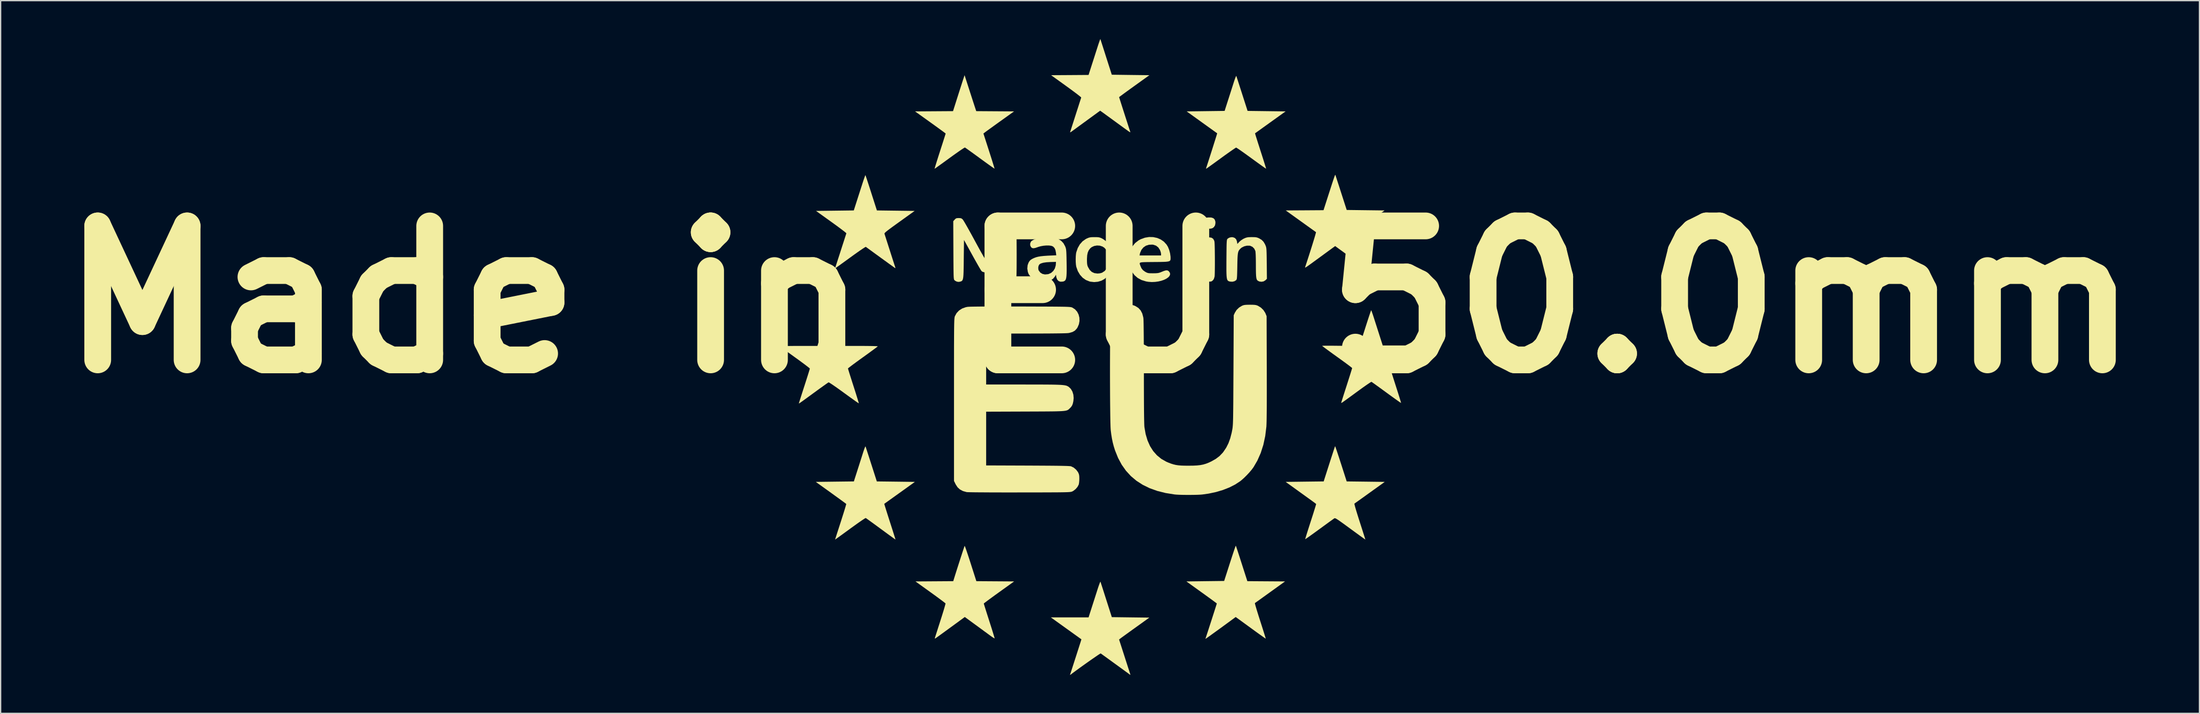
<source format=kicad_pcb>
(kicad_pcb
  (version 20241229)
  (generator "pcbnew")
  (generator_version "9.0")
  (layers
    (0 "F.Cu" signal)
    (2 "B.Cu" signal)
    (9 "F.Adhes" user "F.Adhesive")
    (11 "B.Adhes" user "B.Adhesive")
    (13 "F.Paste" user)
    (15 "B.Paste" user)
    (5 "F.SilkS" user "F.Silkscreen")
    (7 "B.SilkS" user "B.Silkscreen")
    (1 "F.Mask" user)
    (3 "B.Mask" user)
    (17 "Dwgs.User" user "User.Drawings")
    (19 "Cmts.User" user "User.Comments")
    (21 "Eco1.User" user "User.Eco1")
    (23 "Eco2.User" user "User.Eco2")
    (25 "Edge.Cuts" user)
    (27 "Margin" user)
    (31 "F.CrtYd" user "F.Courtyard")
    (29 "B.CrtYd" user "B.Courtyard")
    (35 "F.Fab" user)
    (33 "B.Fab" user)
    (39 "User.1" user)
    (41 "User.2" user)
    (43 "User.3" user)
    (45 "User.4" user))
  (footprint "Made in EU 50.0mm"
    (layer "F.Cu")
    (at 82.857 24.839)
    (property "Reference" "Made in EU 50.0mm" (at 0 -4.5 180) (layer "F.SilkS") (effects (font (size 10.47 10.47) (thickness 2.09))))
    (attr board_only exclude_from_pos_files exclude_from_bom)
    (fp_poly (pts (xy 8.68 -10.892) (xy 8.841 -10.842) (xy 8.947 -10.745) (xy 9.002 -10.597) (xy 9.012 -10.467) (xy 8.981 -10.283) (xy 8.889 -10.139) (xy 8.779 -10.058) (xy 8.654 -10.023) (xy 8.493 -10.015) (xy 8.33 -10.036) (xy 8.232 -10.067) (xy 8.118 -10.154) (xy 8.044 -10.285) (xy 8.012 -10.439) (xy 8.025 -10.597) (xy 8.086 -10.738) (xy 8.134 -10.795) (xy 8.212 -10.849) (xy 8.315 -10.881) (xy 8.462 -10.897)) (stroke (width 0) (type solid)) (fill yes) (layer "F.SilkS"))
    (fp_poly (pts (xy 8.702 -9.314) (xy 8.83 -9.232) (xy 8.911 -9.092) (xy 8.934 -9.005) (xy 8.942 -8.925) (xy 8.949 -8.782) (xy 8.955 -8.587) (xy 8.96 -8.351) (xy 8.963 -8.086) (xy 8.966 -7.804) (xy 8.967 -7.514) (xy 8.967 -7.23) (xy 8.965 -6.961) (xy 8.962 -6.72) (xy 8.958 -6.517) (xy 8.952 -6.364) (xy 8.945 -6.274) (xy 8.887 -6.087) (xy 8.818 -5.99) (xy 8.741 -5.921) (xy 8.658 -5.888) (xy 8.536 -5.88) (xy 8.531 -5.88) (xy 8.369 -5.897) (xy 8.253 -5.954) (xy 8.249 -5.956) (xy 8.174 -6.045) (xy 8.118 -6.159) (xy 8.114 -6.17) (xy 8.104 -6.246) (xy 8.095 -6.385) (xy 8.088 -6.577) (xy 8.083 -6.811) (xy 8.079 -7.076) (xy 8.077 -7.36) (xy 8.076 -7.655) (xy 8.077 -7.947) (xy 8.08 -8.227) (xy 8.084 -8.484) (xy 8.09 -8.706) (xy 8.098 -8.883) (xy 8.107 -9.005) (xy 8.114 -9.051) (xy 8.189 -9.204) (xy 8.311 -9.3) (xy 8.482 -9.34) (xy 8.525 -9.341)) (stroke (width 0) (type solid)) (fill yes) (layer "F.SilkS"))
    (fp_poly (pts (xy 18.377 -14.221) (xy 18.379 -14.216) (xy 18.394 -14.169) (xy 18.43 -14.059) (xy 18.483 -13.895) (xy 18.551 -13.684) (xy 18.632 -13.436) (xy 18.722 -13.157) (xy 18.819 -12.855) (xy 18.83 -12.821) (xy 19.262 -11.481) (xy 20.742 -11.462) (xy 22.221 -11.444) (xy 21.029 -10.589) (xy 20.766 -10.401) (xy 20.524 -10.226) (xy 20.308 -10.069) (xy 20.126 -9.935) (xy 19.982 -9.829) (xy 19.884 -9.755) (xy 19.839 -9.718) (xy 19.837 -9.715) (xy 19.848 -9.676) (xy 19.88 -9.574) (xy 19.929 -9.417) (xy 19.995 -9.213) (xy 20.073 -8.969) (xy 20.162 -8.694) (xy 20.259 -8.394) (xy 20.278 -8.336) (xy 20.375 -8.033) (xy 20.465 -7.753) (xy 20.544 -7.504) (xy 20.611 -7.293) (xy 20.662 -7.128) (xy 20.695 -7.017) (xy 20.708 -6.967) (xy 20.708 -6.966) (xy 20.677 -6.984) (xy 20.592 -7.042) (xy 20.461 -7.135) (xy 20.288 -7.257) (xy 20.082 -7.405) (xy 19.849 -7.574) (xy 19.594 -7.759) (xy 19.529 -7.807) (xy 18.36 -8.66) (xy 17.246 -7.845) (xy 16.938 -7.62) (xy 16.685 -7.435) (xy 16.482 -7.287) (xy 16.323 -7.173) (xy 16.203 -7.088) (xy 16.118 -7.031) (xy 16.061 -6.996) (xy 16.027 -6.981) (xy 16.012 -6.981) (xy 16.011 -6.995) (xy 16.017 -7.017) (xy 16.018 -7.021) (xy 16.138 -7.386) (xy 16.256 -7.748) (xy 16.369 -8.1) (xy 16.476 -8.436) (xy 16.574 -8.749) (xy 16.661 -9.032) (xy 16.736 -9.277) (xy 16.795 -9.479) (xy 16.837 -9.629) (xy 16.86 -9.721) (xy 16.863 -9.749) (xy 16.827 -9.774) (xy 16.737 -9.839) (xy 16.601 -9.936) (xy 16.424 -10.063) (xy 16.213 -10.214) (xy 15.976 -10.384) (xy 15.719 -10.569) (xy 15.667 -10.606) (xy 14.5 -11.444) (xy 15.975 -11.453) (xy 17.451 -11.463) (xy 17.771 -12.458) (xy 17.902 -12.865) (xy 18.012 -13.206) (xy 18.103 -13.487) (xy 18.177 -13.713) (xy 18.237 -13.891) (xy 18.282 -14.024) (xy 18.317 -14.119) (xy 18.341 -14.18) (xy 18.358 -14.214) (xy 18.37 -14.226)) (stroke (width 0) (type solid)) (fill yes) (layer "F.SilkS"))
    (fp_poly (pts (xy 0.047 17.614) (xy 0.082 17.724) (xy 0.135 17.888) (xy 0.203 18.098) (xy 0.283 18.347) (xy 0.372 18.627) (xy 0.469 18.93) (xy 0.485 18.98) (xy 0.919 20.338) (xy 2.383 20.357) (xy 3.848 20.375) (xy 2.752 21.162) (xy 2.497 21.345) (xy 2.258 21.517) (xy 2.043 21.673) (xy 1.859 21.806) (xy 1.714 21.911) (xy 1.615 21.984) (xy 1.571 22.018) (xy 1.486 22.087) (xy 1.917 23.427) (xy 2.014 23.73) (xy 2.105 24.011) (xy 2.186 24.264) (xy 2.256 24.478) (xy 2.31 24.648) (xy 2.347 24.763) (xy 2.365 24.817) (xy 2.366 24.818) (xy 2.366 24.85) (xy 2.336 24.834) (xy 2.284 24.795) (xy 2.182 24.72) (xy 2.039 24.615) (xy 1.862 24.486) (xy 1.66 24.339) (xy 1.441 24.18) (xy 1.214 24.015) (xy 0.985 23.849) (xy 0.765 23.689) (xy 0.56 23.54) (xy 0.378 23.409) (xy 0.229 23.301) (xy 0.12 23.223) (xy 0.06 23.18) (xy 0.05 23.173) (xy 0.014 23.19) (xy -0.074 23.245) (xy -0.207 23.333) (xy -0.376 23.449) (xy -0.575 23.586) (xy -0.795 23.739) (xy -1.028 23.904) (xy -1.267 24.074) (xy -1.503 24.243) (xy -1.73 24.407) (xy -1.938 24.56) (xy -2.122 24.696) (xy -2.271 24.81) (xy -2.305 24.836) (xy -2.343 24.858) (xy -2.338 24.823) (xy -2.338 24.822) (xy -2.322 24.774) (xy -2.286 24.664) (xy -2.234 24.503) (xy -2.169 24.301) (xy -2.094 24.068) (xy -2.012 23.814) (xy -1.927 23.549) (xy -1.841 23.283) (xy -1.759 23.026) (xy -1.682 22.787) (xy -1.615 22.577) (xy -1.56 22.406) (xy -1.521 22.284) (xy -1.504 22.228) (xy -1.456 22.072) (xy -2.65 21.214) (xy -3.843 20.357) (xy -2.37 20.357) (xy -0.897 20.357) (xy -0.632 19.529) (xy -0.541 19.246) (xy -0.444 18.944) (xy -0.348 18.644) (xy -0.259 18.367) (xy -0.186 18.137) (xy -0.176 18.107) (xy -0.113 17.916) (xy -0.056 17.756) (xy -0.01 17.639) (xy 0.021 17.575) (xy 0.032 17.568)) (stroke (width 0) (type solid)) (fill yes) (layer "F.SilkS"))
    (fp_poly (pts (xy -10.274 -21.064) (xy -10.183 -20.781) (xy -10.09 -20.493) (xy -10.001 -20.217) (xy -9.921 -19.97) (xy -9.854 -19.765) (xy -9.82 -19.659) (xy -9.67 -19.204) (xy -8.194 -19.194) (xy -6.717 -19.184) (xy -7.778 -18.424) (xy -8.032 -18.242) (xy -8.272 -18.069) (xy -8.489 -17.912) (xy -8.677 -17.776) (xy -8.827 -17.668) (xy -8.93 -17.592) (xy -8.973 -17.559) (xy -9.108 -17.455) (xy -8.668 -16.088) (xy -8.571 -15.784) (xy -8.481 -15.503) (xy -8.403 -15.253) (xy -8.337 -15.041) (xy -8.286 -14.875) (xy -8.253 -14.762) (xy -8.24 -14.711) (xy -8.24 -14.709) (xy -8.272 -14.727) (xy -8.357 -14.785) (xy -8.489 -14.877) (xy -8.661 -15) (xy -8.866 -15.147) (xy -9.098 -15.315) (xy -9.35 -15.499) (xy -9.38 -15.52) (xy -9.635 -15.707) (xy -9.873 -15.88) (xy -10.086 -16.034) (xy -10.268 -16.164) (xy -10.41 -16.265) (xy -10.508 -16.333) (xy -10.552 -16.362) (xy -10.553 -16.362) (xy -10.593 -16.345) (xy -10.686 -16.288) (xy -10.824 -16.197) (xy -11.003 -16.075) (xy -11.213 -15.927) (xy -11.45 -15.759) (xy -11.706 -15.574) (xy -11.752 -15.54) (xy -12.009 -15.353) (xy -12.247 -15.18) (xy -12.46 -15.027) (xy -12.64 -14.897) (xy -12.781 -14.796) (xy -12.877 -14.729) (xy -12.92 -14.701) (xy -12.922 -14.7) (xy -12.915 -14.734) (xy -12.887 -14.831) (xy -12.841 -14.984) (xy -12.779 -15.185) (xy -12.704 -15.426) (xy -12.617 -15.7) (xy -12.521 -15.998) (xy -12.499 -16.067) (xy -12.401 -16.372) (xy -12.31 -16.653) (xy -12.23 -16.905) (xy -12.162 -17.118) (xy -12.109 -17.285) (xy -12.074 -17.399) (xy -12.058 -17.451) (xy -12.058 -17.454) (xy -12.087 -17.479) (xy -12.17 -17.542) (xy -12.301 -17.64) (xy -12.474 -17.766) (xy -12.681 -17.917) (xy -12.916 -18.087) (xy -13.173 -18.272) (xy -13.252 -18.328) (xy -14.446 -19.184) (xy -12.963 -19.194) (xy -11.481 -19.204) (xy -11.13 -20.311) (xy -11.038 -20.601) (xy -10.948 -20.883) (xy -10.864 -21.144) (xy -10.79 -21.374) (xy -10.73 -21.559) (xy -10.688 -21.689) (xy -10.679 -21.715) (xy -10.58 -22.013)) (stroke (width 0) (type solid)) (fill yes) (layer "F.SilkS"))
    (fp_poly (pts (xy -10.558 14.795) (xy -10.522 14.887) (xy -10.468 15.035) (xy -10.401 15.232) (xy -10.321 15.47) (xy -10.231 15.743) (xy -10.134 16.042) (xy -10.105 16.134) (xy -9.66 17.527) (xy -8.185 17.537) (xy -6.711 17.547) (xy -7.896 18.398) (xy -8.157 18.586) (xy -8.398 18.761) (xy -8.613 18.918) (xy -8.795 19.053) (xy -8.937 19.16) (xy -9.034 19.234) (xy -9.078 19.272) (xy -9.08 19.275) (xy -9.069 19.315) (xy -9.038 19.418) (xy -8.989 19.576) (xy -8.924 19.781) (xy -8.847 20.025) (xy -8.759 20.301) (xy -8.663 20.6) (xy -8.652 20.636) (xy -8.556 20.937) (xy -8.467 21.215) (xy -8.39 21.464) (xy -8.325 21.674) (xy -8.276 21.838) (xy -8.244 21.949) (xy -8.233 21.997) (xy -8.233 21.998) (xy -8.265 21.989) (xy -8.343 21.942) (xy -8.456 21.867) (xy -8.559 21.793) (xy -8.676 21.707) (xy -8.841 21.586) (xy -9.042 21.439) (xy -9.268 21.273) (xy -9.505 21.099) (xy -9.719 20.943) (xy -10.562 20.326) (xy -11.579 21.071) (xy -11.829 21.253) (xy -12.066 21.426) (xy -12.282 21.583) (xy -12.469 21.719) (xy -12.618 21.827) (xy -12.721 21.901) (xy -12.759 21.928) (xy -12.853 21.991) (xy -12.898 22.014) (xy -12.907 21.999) (xy -12.895 21.952) (xy -12.878 21.897) (xy -12.841 21.78) (xy -12.786 21.609) (xy -12.717 21.393) (xy -12.637 21.141) (xy -12.547 20.862) (xy -12.46 20.588) (xy -12.366 20.293) (xy -12.281 20.02) (xy -12.206 19.777) (xy -12.146 19.571) (xy -12.101 19.412) (xy -12.074 19.308) (xy -12.068 19.267) (xy -12.101 19.236) (xy -12.189 19.167) (xy -12.323 19.064) (xy -12.498 18.933) (xy -12.707 18.779) (xy -12.943 18.606) (xy -13.2 18.421) (xy -13.251 18.384) (xy -14.415 17.547) (xy -12.94 17.537) (xy -11.465 17.527) (xy -11.393 17.295) (xy -11.32 17.06) (xy -11.238 16.8) (xy -11.15 16.523) (xy -11.059 16.238) (xy -10.968 15.955) (xy -10.88 15.682) (xy -10.797 15.429) (xy -10.724 15.204) (xy -10.661 15.016) (xy -10.614 14.875) (xy -10.583 14.789) (xy -10.574 14.767)) (stroke (width 0) (type solid)) (fill yes) (layer "F.SilkS"))
    (fp_poly (pts (xy 4.153 -9.36) (xy 4.458 -9.295) (xy 4.739 -9.175) (xy 4.986 -9.003) (xy 5.19 -8.781) (xy 5.301 -8.601) (xy 5.397 -8.364) (xy 5.468 -8.097) (xy 5.504 -7.837) (xy 5.507 -7.756) (xy 5.507 -7.668) (xy 5.501 -7.597) (xy 5.482 -7.542) (xy 5.442 -7.499) (xy 5.375 -7.468) (xy 5.272 -7.447) (xy 5.128 -7.432) (xy 4.933 -7.424) (xy 4.682 -7.418) (xy 4.367 -7.415) (xy 4.22 -7.414) (xy 3.893 -7.411) (xy 3.634 -7.408) (xy 3.434 -7.403) (xy 3.288 -7.395) (xy 3.188 -7.381) (xy 3.128 -7.359) (xy 3.099 -7.328) (xy 3.096 -7.285) (xy 3.11 -7.229) (xy 3.136 -7.158) (xy 3.148 -7.122) (xy 3.233 -6.926) (xy 3.345 -6.782) (xy 3.505 -6.663) (xy 3.549 -6.637) (xy 3.639 -6.59) (xy 3.719 -6.56) (xy 3.809 -6.542) (xy 3.928 -6.535) (xy 4.096 -6.533) (xy 4.149 -6.533) (xy 4.341 -6.536) (xy 4.481 -6.546) (xy 4.593 -6.565) (xy 4.698 -6.598) (xy 4.801 -6.64) (xy 4.992 -6.717) (xy 5.132 -6.757) (xy 5.236 -6.762) (xy 5.317 -6.733) (xy 5.375 -6.686) (xy 5.457 -6.567) (xy 5.472 -6.447) (xy 5.427 -6.33) (xy 5.329 -6.218) (xy 5.185 -6.116) (xy 5.004 -6.025) (xy 4.791 -5.95) (xy 4.555 -5.894) (xy 4.302 -5.859) (xy 4.039 -5.848) (xy 3.775 -5.866) (xy 3.588 -5.898) (xy 3.237 -6.007) (xy 2.937 -6.17) (xy 2.69 -6.384) (xy 2.497 -6.647) (xy 2.361 -6.956) (xy 2.284 -7.309) (xy 2.265 -7.61) (xy 2.289 -7.927) (xy 3.083 -7.927) (xy 3.923 -7.927) (xy 4.764 -7.927) (xy 4.763 -8.048) (xy 4.747 -8.151) (xy 4.706 -8.282) (xy 4.673 -8.362) (xy 4.546 -8.556) (xy 4.374 -8.691) (xy 4.161 -8.764) (xy 4.082 -8.774) (xy 3.815 -8.763) (xy 3.579 -8.687) (xy 3.381 -8.55) (xy 3.227 -8.359) (xy 3.125 -8.119) (xy 3.108 -8.048) (xy 3.083 -7.927) (xy 2.289 -7.927) (xy 2.295 -7.998) (xy 2.383 -8.342) (xy 2.531 -8.64) (xy 2.736 -8.892) (xy 2.998 -9.098) (xy 3.186 -9.2) (xy 3.507 -9.315) (xy 3.833 -9.368)) (stroke (width 0) (type solid)) (fill yes) (layer "F.SilkS"))
    (fp_poly (pts (xy 10.607 14.769) (xy 10.622 14.807) (xy 10.645 14.873) (xy 10.678 14.972) (xy 10.724 15.109) (xy 10.783 15.29) (xy 10.858 15.52) (xy 10.95 15.805) (xy 11.06 16.148) (xy 11.191 16.557) (xy 11.219 16.644) (xy 11.503 17.527) (xy 12.974 17.537) (xy 14.446 17.547) (xy 13.283 18.384) (xy 13.023 18.571) (xy 12.782 18.745) (xy 12.567 18.9) (xy 12.383 19.032) (xy 12.239 19.135) (xy 12.14 19.206) (xy 12.093 19.239) (xy 12.091 19.241) (xy 12.096 19.279) (xy 12.121 19.381) (xy 12.166 19.538) (xy 12.226 19.742) (xy 12.301 19.986) (xy 12.387 20.262) (xy 12.483 20.562) (xy 12.506 20.634) (xy 12.604 20.939) (xy 12.694 21.22) (xy 12.773 21.471) (xy 12.84 21.684) (xy 12.891 21.851) (xy 12.925 21.964) (xy 12.939 22.016) (xy 12.939 22.019) (xy 12.907 22) (xy 12.822 21.942) (xy 12.69 21.849) (xy 12.518 21.726) (xy 12.312 21.578) (xy 12.078 21.409) (xy 11.824 21.224) (xy 11.761 21.178) (xy 10.593 20.327) (xy 10.404 20.466) (xy 10.156 20.649) (xy 9.897 20.838) (xy 9.635 21.03) (xy 9.376 21.219) (xy 9.127 21.4) (xy 8.895 21.567) (xy 8.688 21.716) (xy 8.512 21.843) (xy 8.375 21.94) (xy 8.282 22.005) (xy 8.242 22.031) (xy 8.241 22.031) (xy 8.234 22.009) (xy 8.237 22.003) (xy 8.251 21.964) (xy 8.285 21.863) (xy 8.335 21.71) (xy 8.399 21.515) (xy 8.473 21.287) (xy 8.554 21.035) (xy 8.64 20.77) (xy 8.727 20.5) (xy 8.812 20.234) (xy 8.893 19.983) (xy 8.966 19.755) (xy 9.028 19.56) (xy 9.076 19.408) (xy 9.107 19.308) (xy 9.118 19.269) (xy 9.118 19.269) (xy 9.089 19.245) (xy 9.005 19.182) (xy 8.874 19.085) (xy 8.703 18.959) (xy 8.496 18.809) (xy 8.261 18.639) (xy 8.005 18.454) (xy 7.93 18.401) (xy 6.743 17.547) (xy 8.217 17.528) (xy 9.692 17.51) (xy 10.137 16.124) (xy 10.236 15.819) (xy 10.327 15.538) (xy 10.41 15.289) (xy 10.481 15.078) (xy 10.537 14.915) (xy 10.577 14.805) (xy 10.597 14.756) (xy 10.599 14.755)) (stroke (width 0) (type solid)) (fill yes) (layer "F.SilkS"))
    (fp_poly (pts (xy 0.038 -24.797) (xy 0.072 -24.692) (xy 0.123 -24.531) (xy 0.19 -24.324) (xy 0.269 -24.077) (xy 0.358 -23.798) (xy 0.454 -23.496) (xy 0.476 -23.427) (xy 0.917 -22.05) (xy 2.384 -22.031) (xy 3.852 -22.013) (xy 2.67 -21.164) (xy 2.409 -20.976) (xy 2.169 -20.802) (xy 1.954 -20.646) (xy 1.773 -20.513) (xy 1.631 -20.408) (xy 1.534 -20.336) (xy 1.491 -20.301) (xy 1.489 -20.298) (xy 1.5 -20.262) (xy 1.53 -20.164) (xy 1.578 -20.013) (xy 1.639 -19.82) (xy 1.711 -19.594) (xy 1.791 -19.344) (xy 1.876 -19.08) (xy 1.962 -18.811) (xy 2.048 -18.546) (xy 2.129 -18.295) (xy 2.202 -18.067) (xy 2.265 -17.871) (xy 2.315 -17.718) (xy 2.344 -17.629) (xy 2.356 -17.598) (xy 2.365 -17.572) (xy 2.366 -17.557) (xy 2.354 -17.554) (xy 2.322 -17.569) (xy 2.266 -17.604) (xy 2.18 -17.663) (xy 2.059 -17.75) (xy 1.896 -17.867) (xy 1.687 -18.02) (xy 1.426 -18.21) (xy 1.265 -18.328) (xy 1.018 -18.508) (xy 0.785 -18.678) (xy 0.574 -18.831) (xy 0.395 -18.962) (xy 0.254 -19.064) (xy 0.159 -19.133) (xy 0.125 -19.157) (xy 0.008 -19.239) (xy -0.991 -18.51) (xy -1.24 -18.328) (xy -1.477 -18.155) (xy -1.694 -17.997) (xy -1.883 -17.859) (xy -2.033 -17.749) (xy -2.137 -17.673) (xy -2.172 -17.648) (xy -2.271 -17.577) (xy -2.322 -17.548) (xy -2.337 -17.557) (xy -2.327 -17.601) (xy -2.325 -17.606) (xy -2.309 -17.659) (xy -2.272 -17.772) (xy -2.22 -17.936) (xy -2.154 -18.141) (xy -2.078 -18.377) (xy -1.996 -18.634) (xy -1.91 -18.902) (xy -1.824 -19.171) (xy -1.74 -19.431) (xy -1.662 -19.674) (xy -1.594 -19.887) (xy -1.537 -20.063) (xy -1.496 -20.191) (xy -1.474 -20.26) (xy -1.471 -20.269) (xy -1.497 -20.299) (xy -1.578 -20.367) (xy -1.706 -20.469) (xy -1.876 -20.599) (xy -2.081 -20.753) (xy -2.314 -20.925) (xy -2.57 -21.111) (xy -2.64 -21.162) (xy -3.823 -22.013) (xy -2.36 -22.022) (xy -0.897 -22.032) (xy -0.632 -22.86) (xy -0.541 -23.142) (xy -0.444 -23.444) (xy -0.348 -23.745) (xy -0.259 -24.021) (xy -0.185 -24.252) (xy -0.176 -24.281) (xy -0.113 -24.474) (xy -0.057 -24.636) (xy -0.013 -24.758) (xy 0.016 -24.827) (xy 0.025 -24.839)) (stroke (width 0) (type solid)) (fill yes) (layer "F.SilkS"))
    (fp_poly (pts (xy 18.369 7.007) (xy 18.404 7.101) (xy 18.456 7.251) (xy 18.523 7.45) (xy 18.602 7.689) (xy 18.692 7.962) (xy 18.788 8.262) (xy 18.816 8.346) (xy 19.261 9.732) (xy 20.746 9.75) (xy 22.232 9.769) (xy 21.065 10.606) (xy 20.805 10.793) (xy 20.563 10.967) (xy 20.346 11.123) (xy 20.161 11.255) (xy 20.015 11.359) (xy 19.914 11.431) (xy 19.866 11.465) (xy 19.863 11.467) (xy 19.866 11.507) (xy 19.89 11.612) (xy 19.934 11.775) (xy 19.997 11.99) (xy 20.077 12.252) (xy 20.171 12.553) (xy 20.276 12.881) (xy 20.374 13.187) (xy 20.465 13.47) (xy 20.545 13.722) (xy 20.613 13.936) (xy 20.666 14.104) (xy 20.701 14.219) (xy 20.717 14.273) (xy 20.717 14.276) (xy 20.687 14.255) (xy 20.603 14.196) (xy 20.472 14.102) (xy 20.3 13.978) (xy 20.094 13.828) (xy 19.861 13.658) (xy 19.607 13.472) (xy 19.541 13.424) (xy 19.244 13.207) (xy 19.001 13.03) (xy 18.806 12.89) (xy 18.653 12.783) (xy 18.536 12.705) (xy 18.45 12.652) (xy 18.388 12.621) (xy 18.345 12.607) (xy 18.315 12.608) (xy 18.295 12.617) (xy 18.247 12.649) (xy 18.147 12.721) (xy 18.002 12.825) (xy 17.818 12.958) (xy 17.604 13.114) (xy 17.367 13.287) (xy 17.126 13.463) (xy 16.876 13.645) (xy 16.646 13.812) (xy 16.441 13.958) (xy 16.27 14.08) (xy 16.138 14.172) (xy 16.053 14.229) (xy 16.021 14.247) (xy 16.029 14.21) (xy 16.058 14.109) (xy 16.105 13.954) (xy 16.168 13.751) (xy 16.244 13.508) (xy 16.332 13.234) (xy 16.428 12.935) (xy 16.447 12.876) (xy 16.545 12.572) (xy 16.635 12.292) (xy 16.713 12.041) (xy 16.779 11.829) (xy 16.83 11.662) (xy 16.862 11.549) (xy 16.874 11.498) (xy 16.874 11.495) (xy 16.841 11.467) (xy 16.758 11.403) (xy 16.636 11.313) (xy 16.488 11.204) (xy 16.422 11.157) (xy 16.26 11.041) (xy 16.054 10.892) (xy 15.819 10.723) (xy 15.572 10.545) (xy 15.328 10.369) (xy 15.24 10.305) (xy 14.495 9.769) (xy 15.979 9.75) (xy 17.463 9.732) (xy 17.901 8.362) (xy 17.999 8.057) (xy 18.09 7.775) (xy 18.172 7.524) (xy 18.241 7.311) (xy 18.297 7.144) (xy 18.335 7.03) (xy 18.354 6.978) (xy 18.355 6.976)) (stroke (width 0) (type solid)) (fill yes) (layer "F.SilkS"))
    (fp_poly (pts (xy -18.315 6.996) (xy -18.299 7.043) (xy -18.263 7.153) (xy -18.21 7.318) (xy -18.142 7.528) (xy -18.061 7.777) (xy -17.971 8.056) (xy -17.875 8.357) (xy -17.863 8.392) (xy -17.433 9.732) (xy -15.947 9.75) (xy -14.461 9.769) (xy -15.65 10.622) (xy -15.912 10.81) (xy -16.155 10.984) (xy -16.372 11.139) (xy -16.556 11.271) (xy -16.701 11.375) (xy -16.801 11.447) (xy -16.848 11.481) (xy -16.851 11.483) (xy -16.843 11.519) (xy -16.814 11.618) (xy -16.766 11.773) (xy -16.703 11.976) (xy -16.627 12.218) (xy -16.539 12.494) (xy -16.443 12.795) (xy -16.415 12.88) (xy -16.317 13.186) (xy -16.226 13.469) (xy -16.146 13.721) (xy -16.079 13.935) (xy -16.026 14.103) (xy -15.991 14.218) (xy -15.976 14.271) (xy -15.976 14.274) (xy -16.007 14.254) (xy -16.091 14.195) (xy -16.221 14.101) (xy -16.392 13.977) (xy -16.597 13.828) (xy -16.828 13.658) (xy -17.08 13.473) (xy -17.119 13.445) (xy -17.375 13.257) (xy -17.614 13.082) (xy -17.827 12.927) (xy -18.01 12.795) (xy -18.153 12.692) (xy -18.252 12.622) (xy -18.298 12.592) (xy -18.3 12.591) (xy -18.339 12.608) (xy -18.431 12.664) (xy -18.57 12.756) (xy -18.748 12.878) (xy -18.959 13.026) (xy -19.196 13.196) (xy -19.453 13.381) (xy -19.518 13.429) (xy -19.777 13.618) (xy -20.016 13.792) (xy -20.229 13.946) (xy -20.409 14.076) (xy -20.55 14.178) (xy -20.646 14.245) (xy -20.69 14.275) (xy -20.692 14.276) (xy -20.681 14.239) (xy -20.649 14.139) (xy -20.6 13.984) (xy -20.535 13.781) (xy -20.457 13.538) (xy -20.368 13.263) (xy -20.271 12.963) (xy -20.248 12.892) (xy -20.151 12.586) (xy -20.061 12.303) (xy -19.982 12.051) (xy -19.916 11.836) (xy -19.866 11.666) (xy -19.834 11.55) (xy -19.821 11.495) (xy -19.822 11.492) (xy -19.855 11.465) (xy -19.941 11.4) (xy -20.075 11.301) (xy -20.25 11.173) (xy -20.459 11.021) (xy -20.696 10.85) (xy -20.953 10.664) (xy -21.018 10.617) (xy -22.199 9.769) (xy -20.712 9.75) (xy -19.226 9.732) (xy -18.934 8.82) (xy -18.844 8.539) (xy -18.752 8.25) (xy -18.663 7.971) (xy -18.583 7.719) (xy -18.517 7.511) (xy -18.489 7.424) (xy -18.432 7.254) (xy -18.382 7.118) (xy -18.343 7.027) (xy -18.319 6.993)) (stroke (width 0) (type solid)) (fill yes) (layer "F.SilkS"))
    (fp_poly (pts (xy 10.656 -21.909) (xy 10.691 -21.799) (xy 10.745 -21.635) (xy 10.813 -21.425) (xy 10.893 -21.176) (xy 10.983 -20.897) (xy 11.08 -20.596) (xy 11.091 -20.561) (xy 11.521 -19.222) (xy 13.005 -19.203) (xy 14.489 -19.184) (xy 13.301 -18.332) (xy 13.04 -18.144) (xy 12.797 -17.97) (xy 12.581 -17.814) (xy 12.397 -17.682) (xy 12.252 -17.578) (xy 12.153 -17.507) (xy 12.106 -17.473) (xy 12.103 -17.471) (xy 12.112 -17.435) (xy 12.141 -17.336) (xy 12.188 -17.182) (xy 12.252 -16.98) (xy 12.328 -16.737) (xy 12.416 -16.463) (xy 12.512 -16.163) (xy 12.535 -16.091) (xy 12.633 -15.787) (xy 12.723 -15.505) (xy 12.802 -15.254) (xy 12.869 -15.041) (xy 12.92 -14.874) (xy 12.954 -14.76) (xy 12.967 -14.708) (xy 12.967 -14.706) (xy 12.936 -14.724) (xy 12.851 -14.781) (xy 12.719 -14.874) (xy 12.547 -14.996) (xy 12.342 -15.144) (xy 12.11 -15.312) (xy 11.858 -15.496) (xy 11.819 -15.524) (xy 11.562 -15.711) (xy 11.323 -15.883) (xy 11.108 -16.036) (xy 10.924 -16.165) (xy 10.778 -16.264) (xy 10.678 -16.329) (xy 10.629 -16.356) (xy 10.627 -16.356) (xy 10.586 -16.335) (xy 10.491 -16.274) (xy 10.351 -16.179) (xy 10.171 -16.054) (xy 9.959 -15.904) (xy 9.722 -15.735) (xy 9.467 -15.55) (xy 9.438 -15.528) (xy 9.182 -15.342) (xy 8.946 -15.171) (xy 8.736 -15.019) (xy 8.558 -14.891) (xy 8.419 -14.792) (xy 8.326 -14.727) (xy 8.286 -14.7) (xy 8.284 -14.7) (xy 8.281 -14.73) (xy 8.3 -14.802) (xy 8.351 -14.956) (xy 8.415 -15.153) (xy 8.489 -15.382) (xy 8.57 -15.635) (xy 8.656 -15.903) (xy 8.743 -16.176) (xy 8.828 -16.446) (xy 8.909 -16.703) (xy 8.983 -16.937) (xy 9.047 -17.14) (xy 9.097 -17.302) (xy 9.131 -17.415) (xy 9.146 -17.468) (xy 9.146 -17.472) (xy 9.115 -17.494) (xy 9.03 -17.555) (xy 8.897 -17.651) (xy 8.724 -17.776) (xy 8.516 -17.925) (xy 8.28 -18.094) (xy 8.023 -18.279) (xy 7.951 -18.331) (xy 6.765 -19.184) (xy 8.247 -19.203) (xy 9.728 -19.222) (xy 9.99 -20.041) (xy 10.08 -20.321) (xy 10.176 -20.619) (xy 10.27 -20.915) (xy 10.357 -21.186) (xy 10.428 -21.41) (xy 10.436 -21.435) (xy 10.498 -21.623) (xy 10.554 -21.779) (xy 10.599 -21.892) (xy 10.629 -21.952) (xy 10.64 -21.956)) (stroke (width 0) (type solid)) (fill yes) (layer "F.SilkS"))
    (fp_poly (pts (xy -18.309 -14.167) (xy -18.274 -14.065) (xy -18.221 -13.909) (xy -18.154 -13.704) (xy -18.074 -13.46) (xy -17.985 -13.184) (xy -17.888 -12.883) (xy -17.867 -12.816) (xy -17.427 -11.444) (xy -15.954 -11.425) (xy -14.481 -11.406) (xy -15.67 -10.552) (xy -15.973 -10.334) (xy -16.221 -10.154) (xy -16.418 -10.009) (xy -16.57 -9.894) (xy -16.683 -9.805) (xy -16.76 -9.738) (xy -16.808 -9.689) (xy -16.832 -9.654) (xy -16.837 -9.628) (xy -16.835 -9.622) (xy -16.817 -9.564) (xy -16.779 -9.446) (xy -16.726 -9.28) (xy -16.66 -9.073) (xy -16.584 -8.837) (xy -16.502 -8.58) (xy -16.416 -8.314) (xy -16.331 -8.046) (xy -16.248 -7.788) (xy -16.171 -7.548) (xy -16.103 -7.337) (xy -16.047 -7.165) (xy -16.007 -7.041) (xy -15.986 -6.974) (xy -15.983 -6.967) (xy -15.988 -6.936) (xy -16.012 -6.945) (xy -16.049 -6.971) (xy -16.138 -7.034) (xy -16.27 -7.13) (xy -16.439 -7.251) (xy -16.634 -7.393) (xy -16.849 -7.548) (xy -17.075 -7.712) (xy -17.303 -7.878) (xy -17.527 -8.04) (xy -17.736 -8.193) (xy -17.924 -8.33) (xy -18.082 -8.445) (xy -18.202 -8.533) (xy -18.276 -8.587) (xy -18.291 -8.599) (xy -18.329 -8.584) (xy -18.42 -8.529) (xy -18.559 -8.438) (xy -18.74 -8.316) (xy -18.955 -8.165) (xy -19.2 -7.991) (xy -19.468 -7.797) (xy -19.498 -7.775) (xy -19.758 -7.586) (xy -19.998 -7.412) (xy -20.212 -7.257) (xy -20.394 -7.126) (xy -20.538 -7.023) (xy -20.635 -6.954) (xy -20.681 -6.923) (xy -20.684 -6.922) (xy -20.687 -6.95) (xy -20.678 -6.979) (xy -20.662 -7.026) (xy -20.626 -7.136) (xy -20.572 -7.301) (xy -20.504 -7.511) (xy -20.424 -7.759) (xy -20.334 -8.036) (xy -20.24 -8.328) (xy -20.145 -8.625) (xy -20.056 -8.899) (xy -19.977 -9.144) (xy -19.911 -9.35) (xy -19.859 -9.51) (xy -19.825 -9.615) (xy -19.811 -9.658) (xy -19.837 -9.687) (xy -19.918 -9.755) (xy -20.046 -9.856) (xy -20.216 -9.985) (xy -20.421 -10.138) (xy -20.655 -10.31) (xy -20.912 -10.496) (xy -20.989 -10.551) (xy -22.18 -11.406) (xy -20.706 -11.425) (xy -19.232 -11.444) (xy -19.053 -12.002) (xy -18.986 -12.211) (xy -18.903 -12.471) (xy -18.81 -12.759) (xy -18.715 -13.056) (xy -18.624 -13.34) (xy -18.607 -13.391) (xy -18.532 -13.624) (xy -18.463 -13.831) (xy -18.404 -14.001) (xy -18.359 -14.125) (xy -18.331 -14.194) (xy -18.323 -14.205)) (stroke (width 0) (type solid)) (fill yes) (layer "F.SilkS"))
    (fp_poly (pts (xy 12.033 -9.357) (xy 12.162 -9.348) (xy 12.264 -9.327) (xy 12.361 -9.291) (xy 12.439 -9.254) (xy 12.623 -9.141) (xy 12.765 -8.997) (xy 12.88 -8.804) (xy 12.925 -8.701) (xy 12.948 -8.643) (xy 12.966 -8.583) (xy 12.98 -8.512) (xy 12.991 -8.422) (xy 12.999 -8.304) (xy 13.005 -8.149) (xy 13.01 -7.948) (xy 13.014 -7.692) (xy 13.017 -7.372) (xy 13.018 -7.303) (xy 13.03 -6.102) (xy 12.919 -5.991) (xy 12.783 -5.904) (xy 12.618 -5.87) (xy 12.449 -5.889) (xy 12.333 -5.942) (xy 12.286 -5.979) (xy 12.249 -6.029) (xy 12.22 -6.1) (xy 12.2 -6.2) (xy 12.185 -6.338) (xy 12.176 -6.522) (xy 12.171 -6.761) (xy 12.169 -7.062) (xy 12.169 -7.179) (xy 12.167 -7.49) (xy 12.162 -7.762) (xy 12.155 -7.987) (xy 12.144 -8.156) (xy 12.132 -8.262) (xy 12.128 -8.279) (xy 12.044 -8.456) (xy 11.909 -8.594) (xy 11.739 -8.677) (xy 11.678 -8.69) (xy 11.466 -8.691) (xy 11.251 -8.639) (xy 11.061 -8.542) (xy 10.982 -8.477) (xy 10.914 -8.409) (xy 10.86 -8.343) (xy 10.818 -8.27) (xy 10.786 -8.182) (xy 10.763 -8.068) (xy 10.747 -7.92) (xy 10.735 -7.728) (xy 10.727 -7.482) (xy 10.72 -7.174) (xy 10.719 -7.081) (xy 10.713 -6.779) (xy 10.707 -6.543) (xy 10.701 -6.364) (xy 10.693 -6.232) (xy 10.684 -6.139) (xy 10.672 -6.077) (xy 10.656 -6.035) (xy 10.636 -6.005) (xy 10.621 -5.99) (xy 10.497 -5.912) (xy 10.335 -5.873) (xy 10.169 -5.882) (xy 10.097 -5.899) (xy 10.036 -5.92) (xy 9.987 -5.952) (xy 9.948 -6.001) (xy 9.918 -6.074) (xy 9.896 -6.178) (xy 9.881 -6.319) (xy 9.872 -6.504) (xy 9.867 -6.738) (xy 9.867 -7.03) (xy 9.868 -7.385) (xy 9.87 -7.673) (xy 9.873 -8.044) (xy 9.876 -8.348) (xy 9.879 -8.592) (xy 9.883 -8.783) (xy 9.889 -8.928) (xy 9.896 -9.035) (xy 9.905 -9.11) (xy 9.916 -9.162) (xy 9.93 -9.196) (xy 9.947 -9.22) (xy 9.951 -9.225) (xy 10.072 -9.309) (xy 10.23 -9.352) (xy 10.374 -9.35) (xy 10.525 -9.294) (xy 10.634 -9.18) (xy 10.693 -9.013) (xy 10.696 -8.997) (xy 10.722 -8.826) (xy 10.869 -8.985) (xy 11.004 -9.104) (xy 11.172 -9.213) (xy 11.248 -9.252) (xy 11.367 -9.303) (xy 11.472 -9.334) (xy 11.587 -9.351) (xy 11.736 -9.358) (xy 11.853 -9.359)) (stroke (width 0) (type solid)) (fill yes) (layer "F.SilkS"))
    (fp_poly (pts (xy 1.235 -10.836) (xy 1.373 -10.767) (xy 1.423 -10.72) (xy 1.526 -10.605) (xy 1.526 -8.39) (xy 1.526 -7.911) (xy 1.525 -7.502) (xy 1.524 -7.155) (xy 1.521 -6.867) (xy 1.517 -6.63) (xy 1.511 -6.439) (xy 1.502 -6.29) (xy 1.49 -6.175) (xy 1.474 -6.09) (xy 1.455 -6.029) (xy 1.432 -5.987) (xy 1.403 -5.957) (xy 1.37 -5.934) (xy 1.336 -5.915) (xy 1.228 -5.884) (xy 1.085 -5.875) (xy 0.945 -5.889) (xy 0.856 -5.917) (xy 0.778 -5.993) (xy 0.713 -6.114) (xy 0.675 -6.253) (xy 0.67 -6.315) (xy 0.67 -6.418) (xy 0.553 -6.277) (xy 0.355 -6.092) (xy 0.11 -5.955) (xy -0.166 -5.872) (xy -0.46 -5.845) (xy -0.757 -5.878) (xy -0.821 -5.894) (xy -1.106 -6.008) (xy -1.357 -6.185) (xy -1.569 -6.418) (xy -1.736 -6.701) (xy -1.852 -7.027) (xy -1.859 -7.052) (xy -1.884 -7.211) (xy -1.899 -7.418) (xy -1.902 -7.61) (xy -1.023 -7.61) (xy -1.02 -7.416) (xy -1.011 -7.275) (xy -0.993 -7.167) (xy -0.962 -7.071) (xy -0.937 -7.016) (xy -0.807 -6.794) (xy -0.645 -6.639) (xy -0.447 -6.547) (xy -0.207 -6.514) (xy -0.186 -6.514) (xy -0.013 -6.53) (xy 0.144 -6.573) (xy 0.167 -6.583) (xy 0.362 -6.712) (xy 0.509 -6.898) (xy 0.607 -7.141) (xy 0.658 -7.441) (xy 0.662 -7.5) (xy 0.657 -7.838) (xy 0.6 -8.123) (xy 0.492 -8.353) (xy 0.334 -8.53) (xy 0.187 -8.625) (xy -0.018 -8.692) (xy -0.24 -8.705) (xy -0.457 -8.667) (xy -0.65 -8.579) (xy -0.77 -8.48) (xy -0.883 -8.329) (xy -0.96 -8.155) (xy -1.005 -7.942) (xy -1.022 -7.676) (xy -1.023 -7.61) (xy -1.902 -7.61) (xy -1.902 -7.646) (xy -1.895 -7.87) (xy -1.877 -8.064) (xy -1.858 -8.169) (xy -1.743 -8.505) (xy -1.578 -8.794) (xy -1.366 -9.032) (xy -1.112 -9.212) (xy -1.032 -9.252) (xy -0.913 -9.303) (xy -0.81 -9.334) (xy -0.696 -9.351) (xy -0.547 -9.358) (xy -0.428 -9.358) (xy -0.249 -9.356) (xy -0.121 -9.347) (xy -0.021 -9.326) (xy 0.075 -9.29) (xy 0.162 -9.249) (xy 0.307 -9.16) (xy 0.449 -9.049) (xy 0.525 -8.974) (xy 0.67 -8.809) (xy 0.67 -9.688) (xy 0.672 -10.024) (xy 0.678 -10.291) (xy 0.687 -10.489) (xy 0.701 -10.615) (xy 0.712 -10.659) (xy 0.799 -10.767) (xy 0.929 -10.834) (xy 1.081 -10.858)) (stroke (width 0) (type solid)) (fill yes) (layer "F.SilkS"))
    (fp_poly (pts (xy -3.926 -9.367) (xy -3.578 -9.321) (xy -3.285 -9.225) (xy -3.046 -9.08) (xy -2.859 -8.883) (xy -2.723 -8.635) (xy -2.716 -8.615) (xy -2.689 -8.542) (xy -2.668 -8.47) (xy -2.652 -8.388) (xy -2.641 -8.285) (xy -2.632 -8.152) (xy -2.625 -7.976) (xy -2.619 -7.749) (xy -2.614 -7.458) (xy -2.613 -7.432) (xy -2.608 -7.059) (xy -2.607 -6.753) (xy -2.612 -6.508) (xy -2.624 -6.315) (xy -2.644 -6.169) (xy -2.674 -6.062) (xy -2.714 -5.987) (xy -2.767 -5.936) (xy -2.834 -5.904) (xy -2.903 -5.885) (xy -3.088 -5.873) (xy -3.238 -5.926) (xy -3.347 -6.04) (xy -3.413 -6.212) (xy -3.422 -6.266) (xy -3.442 -6.42) (xy -3.525 -6.28) (xy -3.669 -6.107) (xy -3.866 -5.977) (xy -4.107 -5.892) (xy -4.383 -5.857) (xy -4.682 -5.873) (xy -4.732 -5.881) (xy -4.96 -5.942) (xy -5.165 -6.051) (xy -5.369 -6.219) (xy -5.384 -6.233) (xy -5.504 -6.362) (xy -5.581 -6.482) (xy -5.635 -6.625) (xy -5.639 -6.639) (xy -5.682 -6.904) (xy -5.676 -6.96) (xy -4.829 -6.96) (xy -4.813 -6.812) (xy -4.79 -6.751) (xy -4.668 -6.589) (xy -4.504 -6.486) (xy -4.303 -6.442) (xy -4.073 -6.462) (xy -4.009 -6.478) (xy -3.813 -6.569) (xy -3.651 -6.718) (xy -3.531 -6.911) (xy -3.464 -7.137) (xy -3.455 -7.221) (xy -3.442 -7.424) (xy -3.87 -7.413) (xy -4.186 -7.394) (xy -4.437 -7.357) (xy -4.622 -7.302) (xy -4.737 -7.229) (xy -4.742 -7.223) (xy -4.804 -7.108) (xy -4.829 -6.96) (xy -5.676 -6.96) (xy -5.658 -7.162) (xy -5.584 -7.365) (xy -5.512 -7.485) (xy -5.425 -7.576) (xy -5.302 -7.655) (xy -5.172 -7.718) (xy -5.02 -7.778) (xy -4.847 -7.825) (xy -4.643 -7.861) (xy -4.394 -7.888) (xy -4.087 -7.909) (xy -3.952 -7.915) (xy -3.42 -7.938) (xy -3.445 -8.147) (xy -3.485 -8.352) (xy -3.553 -8.502) (xy -3.656 -8.611) (xy -3.695 -8.638) (xy -3.815 -8.682) (xy -3.987 -8.704) (xy -4.194 -8.705) (xy -4.415 -8.686) (xy -4.634 -8.647) (xy -4.832 -8.591) (xy -4.852 -8.583) (xy -5.041 -8.518) (xy -5.18 -8.49) (xy -5.282 -8.499) (xy -5.36 -8.547) (xy -5.397 -8.587) (xy -5.457 -8.719) (xy -5.457 -8.864) (xy -5.401 -8.999) (xy -5.338 -9.067) (xy -5.199 -9.148) (xy -5.003 -9.222) (xy -4.767 -9.285) (xy -4.51 -9.333) (xy -4.248 -9.363) (xy -3.999 -9.37)) (stroke (width 0) (type solid)) (fill yes) (layer "F.SilkS"))
    (fp_poly (pts (xy -21.165 -3.588) (xy -21.129 -3.495) (xy -21.076 -3.347) (xy -21.008 -3.15) (xy -20.928 -2.911) (xy -20.838 -2.639) (xy -20.742 -2.34) (xy -20.713 -2.249) (xy -20.269 -0.856) (xy -18.803 -0.856) (xy -18.408 -0.855) (xy -18.072 -0.852) (xy -17.797 -0.848) (xy -17.586 -0.842) (xy -17.443 -0.835) (xy -17.369 -0.826) (xy -17.36 -0.82) (xy -17.394 -0.791) (xy -17.482 -0.724) (xy -17.618 -0.623) (xy -17.793 -0.494) (xy -18.002 -0.341) (xy -18.238 -0.17) (xy -18.494 0.014) (xy -18.535 0.043) (xy -18.792 0.229) (xy -19.03 0.402) (xy -19.241 0.557) (xy -19.418 0.69) (xy -19.556 0.795) (xy -19.648 0.868) (xy -19.686 0.903) (xy -19.687 0.905) (xy -19.676 0.947) (xy -19.644 1.052) (xy -19.595 1.212) (xy -19.53 1.419) (xy -19.452 1.664) (xy -19.364 1.941) (xy -19.268 2.24) (xy -19.256 2.278) (xy -19.159 2.579) (xy -19.071 2.856) (xy -18.994 3.104) (xy -18.93 3.312) (xy -18.881 3.475) (xy -18.85 3.583) (xy -18.839 3.63) (xy -18.84 3.631) (xy -18.872 3.613) (xy -18.957 3.556) (xy -19.09 3.464) (xy -19.262 3.341) (xy -19.468 3.194) (xy -19.701 3.026) (xy -19.955 2.841) (xy -20.001 2.807) (xy -20.287 2.6) (xy -20.543 2.417) (xy -20.765 2.262) (xy -20.947 2.138) (xy -21.084 2.049) (xy -21.171 1.999) (xy -21.201 1.989) (xy -21.243 2.015) (xy -21.337 2.08) (xy -21.477 2.178) (xy -21.655 2.306) (xy -21.866 2.457) (xy -22.1 2.627) (xy -22.34 2.802) (xy -22.637 3.019) (xy -22.88 3.196) (xy -23.073 3.336) (xy -23.223 3.445) (xy -23.335 3.525) (xy -23.415 3.58) (xy -23.467 3.615) (xy -23.499 3.633) (xy -23.514 3.638) (xy -23.519 3.635) (xy -23.52 3.628) (xy -23.509 3.589) (xy -23.477 3.486) (xy -23.428 3.329) (xy -23.363 3.125) (xy -23.285 2.881) (xy -23.197 2.607) (xy -23.101 2.309) (xy -23.092 2.282) (xy -22.995 1.981) (xy -22.906 1.702) (xy -22.827 1.453) (xy -22.761 1.241) (xy -22.71 1.075) (xy -22.677 0.964) (xy -22.664 0.914) (xy -22.664 0.913) (xy -22.693 0.881) (xy -22.777 0.812) (xy -22.908 0.71) (xy -23.079 0.579) (xy -23.286 0.426) (xy -23.519 0.254) (xy -23.775 0.069) (xy -23.819 0.038) (xy -24.077 -0.148) (xy -24.317 -0.322) (xy -24.53 -0.477) (xy -24.711 -0.61) (xy -24.853 -0.715) (xy -24.949 -0.787) (xy -24.992 -0.822) (xy -24.993 -0.824) (xy -24.962 -0.831) (xy -24.863 -0.838) (xy -24.706 -0.843) (xy -24.496 -0.848) (xy -24.242 -0.852) (xy -23.95 -0.855) (xy -23.63 -0.856) (xy -23.542 -0.856) (xy -22.072 -0.856) (xy -22 -1.089) (xy -21.921 -1.341) (xy -21.834 -1.616) (xy -21.743 -1.903) (xy -21.65 -2.194) (xy -21.558 -2.481) (xy -21.47 -2.753) (xy -21.389 -3.004) (xy -21.317 -3.223) (xy -21.257 -3.402) (xy -21.213 -3.532) (xy -21.186 -3.604) (xy -21.181 -3.616)) (stroke (width 0) (type solid)) (fill yes) (layer "F.SilkS"))
    (fp_poly (pts (xy -6.777 -10.83) (xy -6.658 -10.77) (xy -6.581 -10.659) (xy -6.55 -10.573) (xy -6.544 -10.512) (xy -6.538 -10.386) (xy -6.532 -10.202) (xy -6.527 -9.969) (xy -6.523 -9.694) (xy -6.52 -9.387) (xy -6.517 -9.056) (xy -6.515 -8.709) (xy -6.513 -8.354) (xy -6.512 -8) (xy -6.513 -7.656) (xy -6.514 -7.328) (xy -6.515 -7.027) (xy -6.518 -6.76) (xy -6.522 -6.536) (xy -6.526 -6.363) (xy -6.532 -6.249) (xy -6.535 -6.213) (xy -6.595 -6.046) (xy -6.703 -5.931) (xy -6.851 -5.874) (xy -7.03 -5.88) (xy -7.061 -5.887) (xy -7.12 -5.904) (xy -7.169 -5.924) (xy -7.209 -5.954) (xy -7.24 -6.001) (xy -7.266 -6.071) (xy -7.285 -6.171) (xy -7.299 -6.307) (xy -7.309 -6.487) (xy -7.317 -6.717) (xy -7.323 -7.003) (xy -7.328 -7.352) (xy -7.331 -7.651) (xy -7.35 -9.183) (xy -7.89 -8.196) (xy -8.084 -7.841) (xy -8.245 -7.545) (xy -8.379 -7.304) (xy -8.487 -7.111) (xy -8.575 -6.961) (xy -8.644 -6.848) (xy -8.699 -6.766) (xy -8.743 -6.709) (xy -8.78 -6.673) (xy -8.814 -6.651) (xy -8.847 -6.637) (xy -8.871 -6.63) (xy -9.048 -6.61) (xy -9.192 -6.656) (xy -9.26 -6.712) (xy -9.295 -6.762) (xy -9.36 -6.87) (xy -9.453 -7.027) (xy -9.567 -7.226) (xy -9.698 -7.458) (xy -9.842 -7.715) (xy -9.979 -7.963) (xy -10.625 -9.135) (xy -10.644 -7.628) (xy -10.648 -7.23) (xy -10.653 -6.899) (xy -10.659 -6.63) (xy -10.668 -6.415) (xy -10.681 -6.248) (xy -10.7 -6.123) (xy -10.726 -6.032) (xy -10.76 -5.969) (xy -10.803 -5.927) (xy -10.858 -5.9) (xy -10.925 -5.881) (xy -11.006 -5.864) (xy -11.016 -5.862) (xy -11.09 -5.864) (xy -11.186 -5.883) (xy -11.293 -5.933) (xy -11.372 -5.995) (xy -11.387 -6.014) (xy -11.4 -6.039) (xy -11.41 -6.076) (xy -11.419 -6.131) (xy -11.427 -6.21) (xy -11.433 -6.318) (xy -11.438 -6.461) (xy -11.441 -6.644) (xy -11.445 -6.873) (xy -11.447 -7.155) (xy -11.45 -7.494) (xy -11.452 -7.896) (xy -11.454 -8.339) (xy -11.464 -10.603) (xy -11.354 -10.726) (xy -11.282 -10.798) (xy -11.213 -10.834) (xy -11.115 -10.847) (xy -11.038 -10.848) (xy -10.91 -10.843) (xy -10.825 -10.819) (xy -10.754 -10.767) (xy -10.723 -10.737) (xy -10.683 -10.681) (xy -10.612 -10.567) (xy -10.515 -10.402) (xy -10.395 -10.193) (xy -10.256 -9.946) (xy -10.103 -9.67) (xy -9.939 -9.371) (xy -9.806 -9.125) (xy -9.64 -8.82) (xy -9.485 -8.536) (xy -9.344 -8.28) (xy -9.22 -8.06) (xy -9.118 -7.88) (xy -9.04 -7.747) (xy -8.991 -7.669) (xy -8.974 -7.649) (xy -8.952 -7.686) (xy -8.898 -7.781) (xy -8.816 -7.929) (xy -8.71 -8.122) (xy -8.584 -8.353) (xy -8.441 -8.617) (xy -8.284 -8.905) (xy -8.162 -9.13) (xy -7.995 -9.438) (xy -7.835 -9.73) (xy -7.686 -9.998) (xy -7.553 -10.235) (xy -7.439 -10.433) (xy -7.35 -10.586) (xy -7.288 -10.685) (xy -7.265 -10.718) (xy -7.194 -10.794) (xy -7.128 -10.833) (xy -7.036 -10.847) (xy -6.95 -10.848)) (stroke (width 0) (type solid)) (fill yes) (layer "F.SilkS"))
    (fp_poly (pts (xy 21.19 -3.613) (xy 21.226 -3.519) (xy 21.276 -3.377) (xy 21.337 -3.196) (xy 21.404 -2.988) (xy 21.405 -2.986) (xy 21.489 -2.722) (xy 21.588 -2.415) (xy 21.69 -2.094) (xy 21.788 -1.789) (xy 21.845 -1.61) (xy 22.075 -0.893) (xy 23.542 -0.893) (xy 23.864 -0.892) (xy 24.161 -0.891) (xy 24.426 -0.887) (xy 24.651 -0.883) (xy 24.828 -0.879) (xy 24.948 -0.873) (xy 25.004 -0.867) (xy 25.007 -0.865) (xy 24.977 -0.838) (xy 24.894 -0.773) (xy 24.762 -0.674) (xy 24.59 -0.547) (xy 24.383 -0.396) (xy 24.148 -0.226) (xy 23.892 -0.042) (xy 23.835 -0.001) (xy 23.575 0.186) (xy 23.335 0.361) (xy 23.121 0.519) (xy 22.941 0.654) (xy 22.801 0.763) (xy 22.707 0.839) (xy 22.665 0.879) (xy 22.664 0.882) (xy 22.675 0.926) (xy 22.707 1.034) (xy 22.756 1.196) (xy 22.821 1.404) (xy 22.899 1.651) (xy 22.987 1.928) (xy 23.083 2.228) (xy 23.092 2.256) (xy 23.188 2.556) (xy 23.276 2.832) (xy 23.353 3.078) (xy 23.417 3.286) (xy 23.465 3.447) (xy 23.495 3.554) (xy 23.505 3.599) (xy 23.505 3.6) (xy 23.473 3.582) (xy 23.387 3.525) (xy 23.255 3.433) (xy 23.083 3.311) (xy 22.878 3.163) (xy 22.646 2.996) (xy 22.394 2.812) (xy 22.364 2.79) (xy 22.109 2.604) (xy 21.872 2.431) (xy 21.659 2.277) (xy 21.479 2.147) (xy 21.337 2.046) (xy 21.24 1.978) (xy 21.196 1.949) (xy 21.195 1.949) (xy 21.156 1.966) (xy 21.064 2.023) (xy 20.926 2.115) (xy 20.75 2.236) (xy 20.543 2.382) (xy 20.312 2.549) (xy 20.089 2.711) (xy 19.781 2.937) (xy 19.527 3.123) (xy 19.323 3.271) (xy 19.163 3.387) (xy 19.041 3.474) (xy 18.953 3.535) (xy 18.894 3.574) (xy 18.857 3.594) (xy 18.838 3.6) (xy 18.831 3.596) (xy 18.831 3.592) (xy 18.842 3.552) (xy 18.873 3.449) (xy 18.923 3.291) (xy 18.987 3.086) (xy 19.065 2.842) (xy 19.153 2.567) (xy 19.249 2.269) (xy 19.259 2.238) (xy 19.355 1.937) (xy 19.444 1.658) (xy 19.523 1.41) (xy 19.589 1.199) (xy 19.64 1.034) (xy 19.673 0.923) (xy 19.686 0.875) (xy 19.686 0.874) (xy 19.657 0.845) (xy 19.573 0.777) (xy 19.442 0.677) (xy 19.27 0.548) (xy 19.063 0.396) (xy 18.828 0.225) (xy 18.572 0.041) (xy 18.515 0) (xy 18.255 -0.186) (xy 18.015 -0.36) (xy 17.802 -0.515) (xy 17.622 -0.647) (xy 17.481 -0.752) (xy 17.386 -0.825) (xy 17.345 -0.86) (xy 17.343 -0.862) (xy 17.379 -0.867) (xy 17.481 -0.871) (xy 17.642 -0.873) (xy 17.853 -0.873) (xy 18.106 -0.873) (xy 18.394 -0.87) (xy 18.709 -0.867) (xy 18.789 -0.866) (xy 19.156 -0.86) (xy 19.455 -0.857) (xy 19.693 -0.855) (xy 19.879 -0.854) (xy 20.018 -0.857) (xy 20.118 -0.861) (xy 20.186 -0.868) (xy 20.228 -0.878) (xy 20.253 -0.891) (xy 20.267 -0.908) (xy 20.271 -0.915) (xy 20.29 -0.966) (xy 20.329 -1.079) (xy 20.384 -1.247) (xy 20.454 -1.461) (xy 20.535 -1.712) (xy 20.626 -1.993) (xy 20.722 -2.294) (xy 20.729 -2.317) (xy 20.825 -2.616) (xy 20.914 -2.892) (xy 20.994 -3.137) (xy 21.063 -3.342) (xy 21.117 -3.501) (xy 21.154 -3.605) (xy 21.172 -3.646) (xy 21.173 -3.647)) (stroke (width 0) (type solid)) (fill yes) (layer "F.SilkS"))
    (fp_poly (pts (xy 2.406 -4.071) (xy 2.553 -4.047) (xy 2.677 -4.008) (xy 2.768 -3.967) (xy 2.996 -3.822) (xy 3.17 -3.632) (xy 3.295 -3.392) (xy 3.373 -3.098) (xy 3.386 -3.007) (xy 3.391 -2.93) (xy 3.396 -2.783) (xy 3.401 -2.571) (xy 3.405 -2.298) (xy 3.409 -1.969) (xy 3.413 -1.589) (xy 3.416 -1.162) (xy 3.418 -0.693) (xy 3.42 -0.187) (xy 3.422 0.353) (xy 3.423 0.92) (xy 3.423 1.209) (xy 3.423 1.973) (xy 3.425 2.663) (xy 3.427 3.277) (xy 3.43 3.818) (xy 3.434 4.284) (xy 3.439 4.676) (xy 3.445 4.993) (xy 3.451 5.236) (xy 3.458 5.404) (xy 3.465 5.489) (xy 3.56 6.035) (xy 3.707 6.529) (xy 3.903 6.971) (xy 4.149 7.36) (xy 4.444 7.694) (xy 4.786 7.972) (xy 5.175 8.193) (xy 5.325 8.258) (xy 5.534 8.338) (xy 5.724 8.398) (xy 5.91 8.443) (xy 6.107 8.473) (xy 6.331 8.492) (xy 6.598 8.501) (xy 6.922 8.503) (xy 7.278 8.499) (xy 7.576 8.484) (xy 7.83 8.456) (xy 8.056 8.412) (xy 8.27 8.349) (xy 8.485 8.265) (xy 8.69 8.169) (xy 9.039 7.972) (xy 9.33 7.75) (xy 9.578 7.491) (xy 9.638 7.413) (xy 9.852 7.095) (xy 10.026 6.749) (xy 10.167 6.363) (xy 10.28 5.924) (xy 10.316 5.739) (xy 10.329 5.671) (xy 10.34 5.604) (xy 10.35 5.534) (xy 10.358 5.456) (xy 10.366 5.367) (xy 10.373 5.261) (xy 10.379 5.135) (xy 10.384 4.983) (xy 10.389 4.802) (xy 10.393 4.587) (xy 10.396 4.333) (xy 10.4 4.036) (xy 10.403 3.692) (xy 10.406 3.297) (xy 10.408 2.845) (xy 10.411 2.332) (xy 10.414 1.755) (xy 10.418 1.108) (xy 10.418 1.023) (xy 10.439 -3.256) (xy 10.527 -3.451) (xy 10.663 -3.668) (xy 10.856 -3.855) (xy 11.086 -3.995) (xy 11.174 -4.03) (xy 11.268 -4.054) (xy 11.387 -4.067) (xy 11.547 -4.073) (xy 11.704 -4.075) (xy 11.905 -4.073) (xy 12.05 -4.066) (xy 12.159 -4.051) (xy 12.25 -4.026) (xy 12.337 -3.99) (xy 12.563 -3.85) (xy 12.757 -3.661) (xy 12.899 -3.443) (xy 12.923 -3.388) (xy 13.007 -3.182) (xy 13.019 0.875) (xy 13.02 1.644) (xy 13.021 2.34) (xy 13.021 2.965) (xy 13.02 3.518) (xy 13.018 4.002) (xy 13.014 4.417) (xy 13.01 4.765) (xy 13.005 5.047) (xy 12.998 5.265) (xy 12.991 5.418) (xy 12.989 5.452) (xy 12.899 6.186) (xy 12.752 6.872) (xy 12.547 7.512) (xy 12.285 8.104) (xy 11.989 8.613) (xy 11.847 8.808) (xy 11.662 9.027) (xy 11.452 9.252) (xy 11.235 9.466) (xy 11.029 9.648) (xy 10.942 9.717) (xy 10.55 9.974) (xy 10.099 10.203) (xy 9.598 10.4) (xy 9.057 10.561) (xy 8.486 10.683) (xy 7.993 10.753) (xy 7.82 10.767) (xy 7.591 10.777) (xy 7.323 10.783) (xy 7.033 10.786) (xy 6.736 10.786) (xy 6.45 10.782) (xy 6.19 10.775) (xy 5.973 10.764) (xy 5.824 10.751) (xy 5.119 10.638) (xy 4.469 10.475) (xy 3.873 10.261) (xy 3.332 9.997) (xy 2.843 9.682) (xy 2.407 9.315) (xy 2.023 8.896) (xy 1.69 8.424) (xy 1.408 7.899) (xy 1.175 7.321) (xy 1.158 7.27) (xy 1.065 6.972) (xy 0.99 6.683) (xy 0.928 6.383) (xy 0.874 6.048) (xy 0.836 5.75) (xy 0.827 5.636) (xy 0.818 5.458) (xy 0.811 5.22) (xy 0.804 4.928) (xy 0.798 4.589) (xy 0.793 4.208) (xy 0.788 3.791) (xy 0.784 3.343) (xy 0.781 2.871) (xy 0.779 2.381) (xy 0.777 1.877) (xy 0.776 1.367) (xy 0.776 0.855) (xy 0.777 0.348) (xy 0.779 -0.149) (xy 0.781 -0.63) (xy 0.784 -1.089) (xy 0.788 -1.519) (xy 0.792 -1.917) (xy 0.797 -2.274) (xy 0.804 -2.587) (xy 0.81 -2.849) (xy 0.818 -3.053) (xy 0.826 -3.195) (xy 0.835 -3.269) (xy 0.835 -3.27) (xy 0.94 -3.538) (xy 1.097 -3.753) (xy 1.307 -3.916) (xy 1.568 -4.025) (xy 1.88 -4.081) (xy 2.211 -4.085)) (stroke (width 0) (type solid)) (fill yes) (layer "F.SilkS"))
    (fp_poly (pts (xy -6.905 -3.938) (xy -6.215 -3.937) (xy -5.592 -3.935) (xy -5.04 -3.933) (xy -4.553 -3.932) (xy -4.127 -3.93) (xy -3.759 -3.928) (xy -3.442 -3.926) (xy -3.174 -3.923) (xy -2.95 -3.92) (xy -2.765 -3.917) (xy -2.615 -3.912) (xy -2.495 -3.907) (xy -2.402 -3.901) (xy -2.33 -3.894) (xy -2.276 -3.887) (xy -2.235 -3.877) (xy -2.202 -3.867) (xy -2.174 -3.855) (xy -2.158 -3.848) (xy -1.952 -3.714) (xy -1.79 -3.531) (xy -1.677 -3.311) (xy -1.615 -3.067) (xy -1.605 -2.81) (xy -1.651 -2.553) (xy -1.755 -2.308) (xy -1.823 -2.203) (xy -1.965 -2.053) (xy -2.15 -1.946) (xy -2.388 -1.876) (xy -2.461 -1.863) (xy -2.546 -1.855) (xy -2.702 -1.848) (xy -2.928 -1.842) (xy -3.22 -1.837) (xy -3.576 -1.833) (xy -3.993 -1.829) (xy -4.469 -1.827) (xy -5 -1.825) (xy -5.585 -1.824) (xy -5.796 -1.824) (xy -8.894 -1.824) (xy -8.894 0.167) (xy -8.894 2.158) (xy -5.964 2.159) (xy -5.396 2.16) (xy -4.899 2.16) (xy -4.465 2.162) (xy -4.091 2.164) (xy -3.772 2.167) (xy -3.502 2.172) (xy -3.277 2.179) (xy -3.09 2.187) (xy -2.939 2.198) (xy -2.817 2.212) (xy -2.719 2.228) (xy -2.641 2.247) (xy -2.577 2.27) (xy -2.523 2.296) (xy -2.474 2.326) (xy -2.444 2.345) (xy -2.281 2.501) (xy -2.16 2.707) (xy -2.085 2.951) (xy -2.061 3.22) (xy -2.085 3.464) (xy -2.127 3.654) (xy -2.182 3.796) (xy -2.261 3.914) (xy -2.351 4.008) (xy -2.396 4.052) (xy -2.437 4.091) (xy -2.478 4.124) (xy -2.526 4.153) (xy -2.584 4.177) (xy -2.658 4.198) (xy -2.753 4.215) (xy -2.873 4.229) (xy -3.024 4.24) (xy -3.21 4.248) (xy -3.437 4.255) (xy -3.709 4.26) (xy -4.031 4.263) (xy -4.409 4.266) (xy -4.847 4.268) (xy -5.35 4.27) (xy -5.852 4.272) (xy -8.894 4.283) (xy -8.894 6.382) (xy -8.894 8.482) (xy -5.647 8.494) (xy -5.045 8.497) (xy -4.512 8.5) (xy -4.047 8.503) (xy -3.645 8.506) (xy -3.303 8.51) (xy -3.016 8.515) (xy -2.781 8.52) (xy -2.594 8.525) (xy -2.452 8.532) (xy -2.35 8.539) (xy -2.285 8.547) (xy -2.262 8.553) (xy -2.057 8.655) (xy -1.872 8.81) (xy -1.731 8.993) (xy -1.714 9.024) (xy -1.664 9.133) (xy -1.635 9.238) (xy -1.622 9.367) (xy -1.619 9.526) (xy -1.625 9.693) (xy -1.641 9.851) (xy -1.664 9.97) (xy -1.67 9.988) (xy -1.762 10.161) (xy -1.903 10.327) (xy -2.072 10.462) (xy -2.158 10.51) (xy -2.186 10.522) (xy -2.215 10.533) (xy -2.251 10.543) (xy -2.296 10.551) (xy -2.357 10.559) (xy -2.436 10.565) (xy -2.539 10.571) (xy -2.67 10.575) (xy -2.833 10.579) (xy -3.032 10.582) (xy -3.272 10.585) (xy -3.557 10.587) (xy -3.892 10.588) (xy -4.28 10.59) (xy -4.727 10.591) (xy -5.236 10.592) (xy -5.812 10.593) (xy -6.289 10.593) (xy -6.836 10.594) (xy -7.362 10.594) (xy -7.864 10.593) (xy -8.335 10.592) (xy -8.771 10.59) (xy -9.167 10.587) (xy -9.518 10.585) (xy -9.819 10.582) (xy -10.065 10.578) (xy -10.251 10.574) (xy -10.372 10.57) (xy -10.42 10.566) (xy -10.708 10.485) (xy -10.94 10.363) (xy -11.124 10.195) (xy -11.27 9.973) (xy -11.284 9.944) (xy -11.406 9.696) (xy -11.406 3.35) (xy -11.406 2.544) (xy -11.406 1.809) (xy -11.406 1.142) (xy -11.406 0.539) (xy -11.405 -0.003) (xy -11.405 -0.487) (xy -11.404 -0.918) (xy -11.402 -1.297) (xy -11.401 -1.63) (xy -11.399 -1.918) (xy -11.397 -2.166) (xy -11.394 -2.376) (xy -11.391 -2.553) (xy -11.387 -2.7) (xy -11.383 -2.819) (xy -11.378 -2.915) (xy -11.372 -2.99) (xy -11.366 -3.049) (xy -11.36 -3.094) (xy -11.352 -3.129) (xy -11.344 -3.157) (xy -11.336 -3.18) (xy -11.203 -3.422) (xy -11.013 -3.624) (xy -10.773 -3.779) (xy -10.491 -3.881) (xy -10.358 -3.908) (xy -10.27 -3.915) (xy -10.107 -3.922) (xy -9.871 -3.927) (xy -9.56 -3.931) (xy -9.176 -3.935) (xy -8.718 -3.937) (xy -8.187 -3.938) (xy -7.583 -3.939)) (stroke (width 0) (type solid)) (fill yes) (layer "F.SilkS")))
  (gr_rect
    (start -3 -3)
    (end 168.713 52.697)
    (stroke (width 0.1) (type default))
    (fill no)
    (layer "Edge.Cuts")))
</source>
